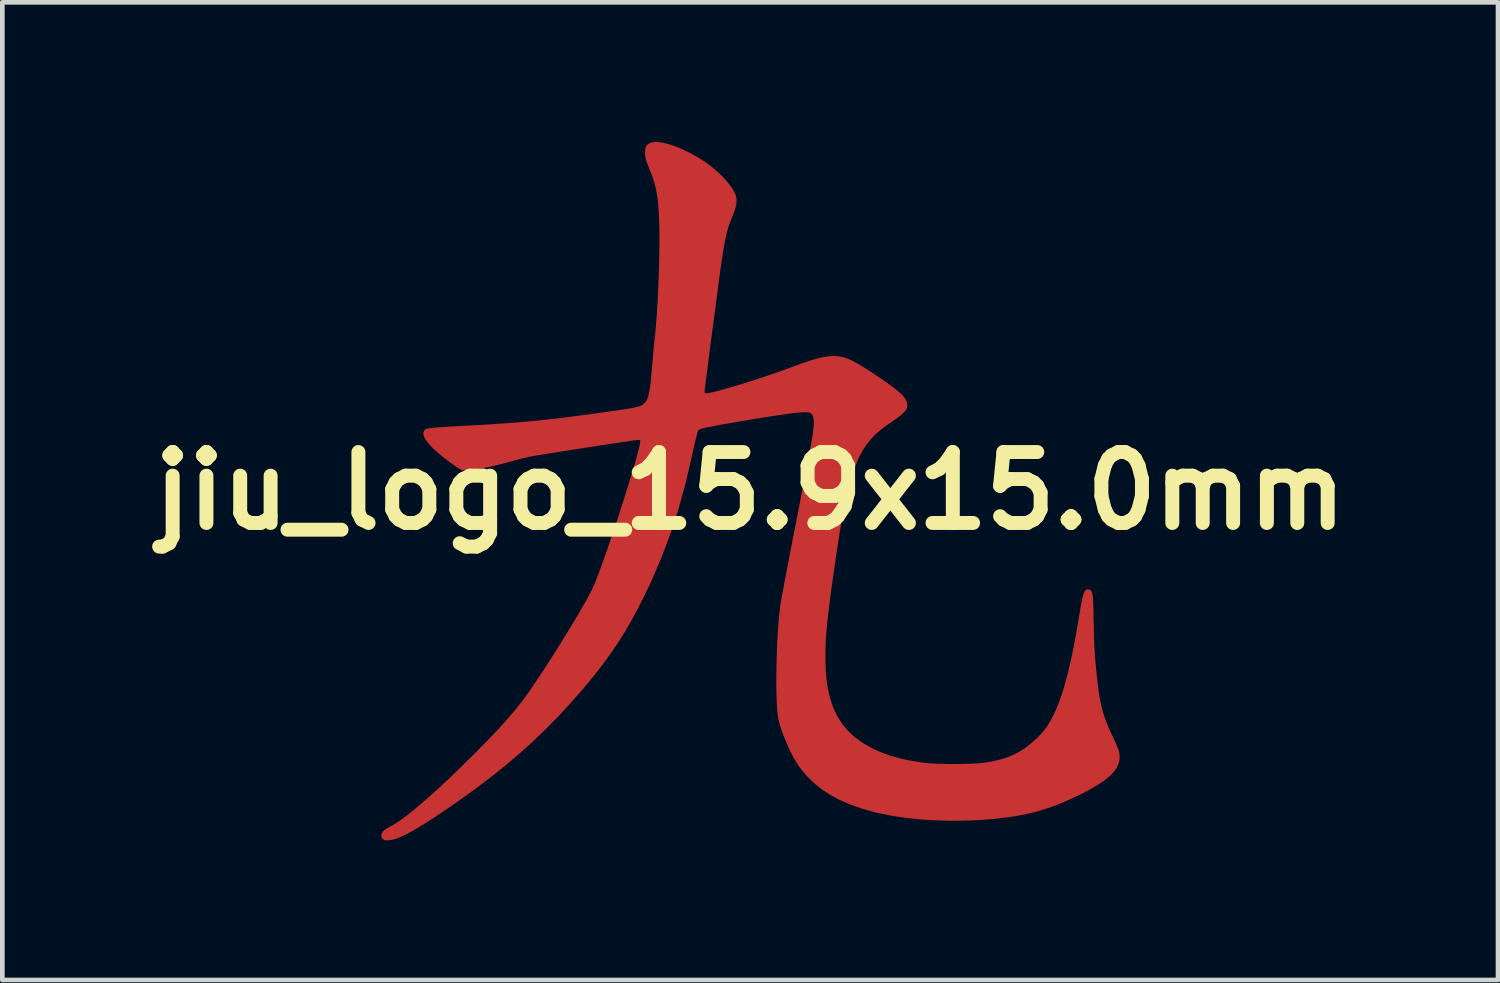
<source format=kicad_pcb>
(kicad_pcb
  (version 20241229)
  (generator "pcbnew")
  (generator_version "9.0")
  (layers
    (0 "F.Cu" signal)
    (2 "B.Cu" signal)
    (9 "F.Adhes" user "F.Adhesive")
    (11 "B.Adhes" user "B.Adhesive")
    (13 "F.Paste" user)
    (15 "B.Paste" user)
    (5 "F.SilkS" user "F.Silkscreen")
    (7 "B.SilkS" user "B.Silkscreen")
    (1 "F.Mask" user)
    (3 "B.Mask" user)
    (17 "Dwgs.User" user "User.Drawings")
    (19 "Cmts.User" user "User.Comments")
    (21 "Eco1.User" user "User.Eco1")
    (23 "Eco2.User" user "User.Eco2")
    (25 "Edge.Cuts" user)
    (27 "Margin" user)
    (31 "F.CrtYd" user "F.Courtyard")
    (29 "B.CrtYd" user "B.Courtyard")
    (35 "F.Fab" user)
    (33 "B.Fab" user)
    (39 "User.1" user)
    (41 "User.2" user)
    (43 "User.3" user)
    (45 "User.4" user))
  (footprint "jiu_logo_15.9x15.0mm"
    (layer "F.Cu")
    (at 13.07 7.498)
    (property "Reference" "jiu_logo_15.9x15.0mm" (at 0 0 0) (layer "F.SilkS") (effects (font (size 1.524 1.524) (thickness 0.3))))
    (attr through_hole)
    (pad "1" smd custom (at 0 -1.9) (size 0.5 0.5) (layers "F.Cu" "F.Mask") (options (anchor circle)) (primitives (gr_poly (pts (xy -1.918 -5.589) (xy -1.807 -5.566) (xy -1.685 -5.53) (xy -1.554 -5.481) (xy -1.415 -5.421) (xy -1.271 -5.349) (xy -1.124 -5.267) (xy -1.059 -5.228) (xy -0.934 -5.144) (xy -0.813 -5.052) (xy -0.698 -4.953) (xy -0.592 -4.851) (xy -0.498 -4.748) (xy -0.418 -4.647) (xy -0.356 -4.552) (xy -0.316 -4.468) (xy -0.298 -4.404) (xy -0.292 -4.335) (xy -0.298 -4.26) (xy -0.318 -4.174) (xy -0.351 -4.074) (xy -0.395 -3.966) (xy -0.421 -3.902) (xy -0.445 -3.836) (xy -0.468 -3.767) (xy -0.49 -3.693) (xy -0.511 -3.611) (xy -0.531 -3.519) (xy -0.551 -3.417) (xy -0.572 -3.302) (xy -0.593 -3.171) (xy -0.615 -3.024) (xy -0.639 -2.858) (xy -0.664 -2.672) (xy -0.692 -2.462) (xy -0.705 -2.359) (xy -0.721 -2.236) (xy -0.738 -2.105) (xy -0.755 -1.972) (xy -0.773 -1.843) (xy -0.788 -1.725) (xy -0.802 -1.623) (xy -0.807 -1.59) (xy -0.821 -1.482) (xy -0.837 -1.363) (xy -0.853 -1.243) (xy -0.868 -1.128) (xy -0.88 -1.028) (xy -0.883 -1.005) (xy -0.895 -0.905) (xy -0.909 -0.796) (xy -0.924 -0.685) (xy -0.937 -0.583) (xy -0.947 -0.513) (xy -0.957 -0.437) (xy -0.966 -0.366) (xy -0.973 -0.306) (xy -0.977 -0.263) (xy -0.978 -0.243) (xy -0.976 -0.213) (xy -0.966 -0.2) (xy -0.94 -0.198) (xy -0.94 -0.198) (xy -0.898 -0.202) (xy -0.834 -0.214) (xy -0.751 -0.233) (xy -0.651 -0.259) (xy -0.536 -0.291) (xy -0.408 -0.327) (xy -0.271 -0.369) (xy -0.125 -0.414) (xy 0.027 -0.461) (xy 0.182 -0.512) (xy 0.338 -0.564) (xy 0.493 -0.616) (xy 0.645 -0.669) (xy 0.791 -0.722) (xy 0.929 -0.773) (xy 0.948 -0.78) (xy 1.129 -0.847) (xy 1.291 -0.901) (xy 1.436 -0.943) (xy 1.565 -0.973) (xy 1.682 -0.991) (xy 1.788 -0.998) (xy 1.885 -0.994) (xy 1.977 -0.979) (xy 2.065 -0.954) (xy 2.138 -0.924) (xy 2.209 -0.889) (xy 2.294 -0.842) (xy 2.39 -0.786) (xy 2.495 -0.721) (xy 2.605 -0.651) (xy 2.716 -0.577) (xy 2.826 -0.502) (xy 2.932 -0.428) (xy 3.03 -0.357) (xy 3.118 -0.29) (xy 3.192 -0.231) (xy 3.249 -0.181) (xy 3.276 -0.154) (xy 3.335 -0.078) (xy 3.369 -0.003) (xy 3.378 0.068) (xy 3.363 0.137) (xy 3.335 0.179) (xy 3.287 0.231) (xy 3.219 0.29) (xy 3.133 0.355) (xy 3.069 0.4) (xy 2.96 0.474) (xy 2.869 0.54) (xy 2.791 0.6) (xy 2.723 0.66) (xy 2.659 0.721) (xy 2.633 0.748) (xy 2.56 0.83) (xy 2.491 0.919) (xy 2.427 1.017) (xy 2.367 1.124) (xy 2.31 1.243) (xy 2.256 1.373) (xy 2.205 1.518) (xy 2.156 1.677) (xy 2.109 1.853) (xy 2.064 2.047) (xy 2.019 2.259) (xy 1.975 2.493) (xy 1.931 2.748) (xy 1.887 3.026) (xy 1.857 3.228) (xy 1.818 3.495) (xy 1.783 3.739) (xy 1.752 3.961) (xy 1.725 4.164) (xy 1.701 4.348) (xy 1.68 4.516) (xy 1.663 4.67) (xy 1.649 4.811) (xy 1.637 4.941) (xy 1.629 5.062) (xy 1.622 5.176) (xy 1.618 5.284) (xy 1.616 5.389) (xy 1.616 5.491) (xy 1.617 5.593) (xy 1.618 5.599) (xy 1.626 5.798) (xy 1.643 5.978) (xy 1.668 6.142) (xy 1.702 6.298) (xy 1.747 6.449) (xy 1.79 6.567) (xy 1.873 6.743) (xy 1.976 6.906) (xy 2.101 7.056) (xy 2.248 7.192) (xy 2.416 7.314) (xy 2.605 7.423) (xy 2.656 7.448) (xy 2.826 7.523) (xy 3.005 7.588) (xy 3.195 7.642) (xy 3.4 7.689) (xy 3.624 7.727) (xy 3.742 7.744) (xy 3.823 7.752) (xy 3.925 7.759) (xy 4.042 7.764) (xy 4.171 7.767) (xy 4.307 7.769) (xy 4.444 7.769) (xy 4.58 7.767) (xy 4.709 7.764) (xy 4.826 7.759) (xy 4.928 7.753) (xy 5.01 7.745) (xy 5.019 7.744) (xy 5.226 7.709) (xy 5.413 7.662) (xy 5.584 7.603) (xy 5.743 7.528) (xy 5.892 7.437) (xy 6.036 7.327) (xy 6.179 7.198) (xy 6.188 7.188) (xy 6.245 7.129) (xy 6.302 7.064) (xy 6.352 7.001) (xy 6.381 6.96) (xy 6.455 6.838) (xy 6.525 6.703) (xy 6.592 6.553) (xy 6.656 6.388) (xy 6.718 6.206) (xy 6.777 6.005) (xy 6.834 5.786) (xy 6.89 5.545) (xy 6.945 5.284) (xy 6.999 4.999) (xy 7.052 4.69) (xy 7.058 4.652) (xy 7.08 4.52) (xy 7.099 4.411) (xy 7.115 4.322) (xy 7.129 4.25) (xy 7.141 4.193) (xy 7.152 4.148) (xy 7.163 4.114) (xy 7.174 4.086) (xy 7.18 4.072) (xy 7.21 4.031) (xy 7.246 4.014) (xy 7.289 4.021) (xy 7.294 4.023) (xy 7.315 4.035) (xy 7.331 4.055) (xy 7.345 4.087) (xy 7.359 4.138) (xy 7.362 4.15) (xy 7.364 4.169) (xy 7.367 4.211) (xy 7.369 4.273) (xy 7.372 4.351) (xy 7.375 4.445) (xy 7.378 4.549) (xy 7.38 4.663) (xy 7.382 4.741) (xy 7.386 4.899) (xy 7.39 5.036) (xy 7.394 5.158) (xy 7.399 5.269) (xy 7.405 5.374) (xy 7.412 5.478) (xy 7.421 5.587) (xy 7.432 5.703) (xy 7.432 5.707) (xy 7.452 5.903) (xy 7.471 6.076) (xy 7.492 6.231) (xy 7.515 6.37) (xy 7.541 6.497) (xy 7.57 6.615) (xy 7.604 6.728) (xy 7.643 6.84) (xy 7.688 6.952) (xy 7.739 7.069) (xy 7.784 7.163) (xy 7.821 7.242) (xy 7.855 7.319) (xy 7.885 7.388) (xy 7.908 7.446) (xy 7.922 7.487) (xy 7.924 7.493) (xy 7.939 7.588) (xy 7.937 7.68) (xy 7.915 7.768) (xy 7.874 7.855) (xy 7.812 7.941) (xy 7.729 8.027) (xy 7.624 8.113) (xy 7.496 8.201) (xy 7.345 8.292) (xy 7.17 8.386) (xy 7.131 8.405) (xy 6.892 8.52) (xy 6.666 8.619) (xy 6.446 8.701) (xy 6.229 8.771) (xy 6.009 8.828) (xy 5.782 8.875) (xy 5.565 8.91) (xy 5.256 8.948) (xy 4.938 8.973) (xy 4.614 8.987) (xy 4.29 8.989) (xy 3.967 8.979) (xy 3.651 8.959) (xy 3.345 8.927) (xy 3.053 8.884) (xy 2.779 8.83) (xy 2.662 8.802) (xy 2.395 8.726) (xy 2.15 8.64) (xy 1.926 8.543) (xy 1.722 8.434) (xy 1.537 8.313) (xy 1.369 8.178) (xy 1.218 8.028) (xy 1.081 7.864) (xy 1.051 7.823) (xy 0.983 7.719) (xy 0.914 7.596) (xy 0.845 7.459) (xy 0.78 7.314) (xy 0.72 7.167) (xy 0.668 7.024) (xy 0.628 6.889) (xy 0.604 6.79) (xy 0.591 6.709) (xy 0.581 6.605) (xy 0.573 6.482) (xy 0.567 6.342) (xy 0.563 6.187) (xy 0.562 6.021) (xy 0.563 5.846) (xy 0.565 5.665) (xy 0.57 5.481) (xy 0.576 5.296) (xy 0.584 5.114) (xy 0.594 4.936) (xy 0.606 4.766) (xy 0.62 4.607) (xy 0.635 4.461) (xy 0.651 4.331) (xy 0.654 4.31) (xy 0.659 4.282) (xy 0.669 4.23) (xy 0.682 4.156) (xy 0.7 4.063) (xy 0.721 3.952) (xy 0.745 3.824) (xy 0.772 3.682) (xy 0.802 3.527) (xy 0.834 3.36) (xy 0.868 3.184) (xy 0.903 3) (xy 0.94 2.811) (xy 0.959 2.715) (xy 1.008 2.461) (xy 1.053 2.229) (xy 1.093 2.021) (xy 1.13 1.833) (xy 1.162 1.665) (xy 1.191 1.515) (xy 1.217 1.382) (xy 1.239 1.266) (xy 1.259 1.163) (xy 1.275 1.074) (xy 1.29 0.997) (xy 1.302 0.931) (xy 1.312 0.873) (xy 1.321 0.824) (xy 1.328 0.781) (xy 1.334 0.744) (xy 1.34 0.711) (xy 1.344 0.68) (xy 1.348 0.651) (xy 1.352 0.622) (xy 1.353 0.61) (xy 1.365 0.496) (xy 1.367 0.404) (xy 1.36 0.332) (xy 1.343 0.279) (xy 1.315 0.242) (xy 1.283 0.222) (xy 1.256 0.215) (xy 1.215 0.211) (xy 1.162 0.21) (xy 1.093 0.214) (xy 1.008 0.221) (xy 0.906 0.232) (xy 0.786 0.248) (xy 0.646 0.268) (xy 0.486 0.292) (xy 0.304 0.32) (xy 0.098 0.354) (xy -0.025 0.374) (xy -0.225 0.408) (xy -0.401 0.438) (xy -0.554 0.465) (xy -0.686 0.489) (xy -0.797 0.51) (xy -0.89 0.529) (xy -0.965 0.545) (xy -1.023 0.56) (xy -1.066 0.573) (xy -1.095 0.585) (xy -1.111 0.595) (xy -1.114 0.598) (xy -1.123 0.619) (xy -1.137 0.663) (xy -1.154 0.726) (xy -1.174 0.806) (xy -1.197 0.901) (xy -1.221 1.008) (xy -1.247 1.125) (xy -1.265 1.207) (xy -1.394 1.762) (xy -1.545 2.304) (xy -1.717 2.832) (xy -1.911 3.346) (xy -2.127 3.847) (xy -2.281 4.169) (xy -2.411 4.426) (xy -2.542 4.668) (xy -2.675 4.899) (xy -2.813 5.121) (xy -2.957 5.337) (xy -3.111 5.553) (xy -3.276 5.77) (xy -3.454 5.991) (xy -3.649 6.221) (xy -3.861 6.462) (xy -3.868 6.47) (xy -4.128 6.751) (xy -4.394 7.022) (xy -4.669 7.285) (xy -4.955 7.543) (xy -5.254 7.797) (xy -5.57 8.049) (xy -5.903 8.302) (xy -6.257 8.556) (xy -6.607 8.797) (xy -6.793 8.921) (xy -6.96 9.029) (xy -7.11 9.121) (xy -7.245 9.2) (xy -7.365 9.266) (xy -7.473 9.318) (xy -7.568 9.359) (xy -7.611 9.375) (xy -7.676 9.393) (xy -7.742 9.405) (xy -7.801 9.41) (xy -7.848 9.407) (xy -7.872 9.399) (xy -7.912 9.363) (xy -7.928 9.32) (xy -7.919 9.269) (xy -7.91 9.249) (xy -7.889 9.218) (xy -7.855 9.187) (xy -7.805 9.152) (xy -7.736 9.112) (xy -7.699 9.093) (xy -7.611 9.041) (xy -7.507 8.972) (xy -7.389 8.884) (xy -7.257 8.78) (xy -7.111 8.659) (xy -6.954 8.523) (xy -6.785 8.373) (xy -6.606 8.208) (xy -6.418 8.031) (xy -6.221 7.841) (xy -6.016 7.639) (xy -5.94 7.564) (xy -5.761 7.383) (xy -5.6 7.218) (xy -5.454 7.065) (xy -5.323 6.923) (xy -5.204 6.789) (xy -5.096 6.663) (xy -4.996 6.541) (xy -4.904 6.423) (xy -4.835 6.33) (xy -4.756 6.221) (xy -4.67 6.096) (xy -4.577 5.958) (xy -4.478 5.809) (xy -4.376 5.652) (xy -4.271 5.489) (xy -4.165 5.323) (xy -4.06 5.154) (xy -3.957 4.987) (xy -3.857 4.823) (xy -3.761 4.665) (xy -3.672 4.514) (xy -3.591 4.373) (xy -3.518 4.245) (xy -3.456 4.132) (xy -3.406 4.035) (xy -3.379 3.979) (xy -3.348 3.909) (xy -3.312 3.819) (xy -3.27 3.712) (xy -3.225 3.59) (xy -3.175 3.454) (xy -3.123 3.307) (xy -3.068 3.15) (xy -3.012 2.985) (xy -2.954 2.814) (xy -2.896 2.639) (xy -2.837 2.462) (xy -2.78 2.285) (xy -2.723 2.109) (xy -2.669 1.937) (xy -2.617 1.771) (xy -2.568 1.612) (xy -2.523 1.463) (xy -2.482 1.324) (xy -2.447 1.199) (xy -2.416 1.089) (xy -2.392 0.995) (xy -2.375 0.921) (xy -2.365 0.867) (xy -2.363 0.842) (xy -2.363 0.803) (xy -2.456 0.811) (xy -2.485 0.814) (xy -2.537 0.821) (xy -2.61 0.832) (xy -2.7 0.845) (xy -2.806 0.861) (xy -2.925 0.879) (xy -3.056 0.898) (xy -3.194 0.92) (xy -3.339 0.942) (xy -3.488 0.965) (xy -3.638 0.988) (xy -3.787 1.011) (xy -3.933 1.034) (xy -4.073 1.056) (xy -4.205 1.077) (xy -4.326 1.097) (xy -4.435 1.114) (xy -4.529 1.129) (xy -4.605 1.142) (xy -4.661 1.152) (xy -4.683 1.156) (xy -4.762 1.172) (xy -4.853 1.193) (xy -4.947 1.216) (xy -5.031 1.238) (xy -5.033 1.239) (xy -5.229 1.292) (xy -5.403 1.337) (xy -5.558 1.374) (xy -5.696 1.403) (xy -5.818 1.425) (xy -5.928 1.44) (xy -6.028 1.449) (xy -6.055 1.451) (xy -6.194 1.458) (xy -6.274 1.409) (xy -6.358 1.354) (xy -6.453 1.286) (xy -6.552 1.211) (xy -6.649 1.133) (xy -6.736 1.059) (xy -6.789 1.01) (xy -6.873 0.926) (xy -6.939 0.848) (xy -6.987 0.778) (xy -7.016 0.718) (xy -7.021 0.697) (xy -7.022 0.647) (xy -7.008 0.605) (xy -6.981 0.577) (xy -6.965 0.57) (xy -6.932 0.563) (xy -6.912 0.558) (xy -6.875 0.552) (xy -6.813 0.545) (xy -6.727 0.537) (xy -6.618 0.529) (xy -6.487 0.521) (xy -6.334 0.512) (xy -6.16 0.502) (xy -6.144 0.502) (xy -5.859 0.486) (xy -5.594 0.471) (xy -5.345 0.455) (xy -5.107 0.437) (xy -4.876 0.418) (xy -4.648 0.397) (xy -4.42 0.374) (xy -4.187 0.348) (xy -3.945 0.319) (xy -3.69 0.286) (xy -3.419 0.249) (xy -3.126 0.209) (xy -3.126 0.209) (xy -2.966 0.186) (xy -2.83 0.166) (xy -2.715 0.149) (xy -2.618 0.133) (xy -2.539 0.119) (xy -2.474 0.106) (xy -2.422 0.094) (xy -2.381 0.081) (xy -2.348 0.069) (xy -2.321 0.055) (xy -2.299 0.04) (xy -2.28 0.022) (xy -2.269 0.012) (xy -2.245 -0.015) (xy -2.224 -0.047) (xy -2.206 -0.085) (xy -2.19 -0.133) (xy -2.175 -0.192) (xy -2.162 -0.265) (xy -2.149 -0.353) (xy -2.136 -0.459) (xy -2.124 -0.585) (xy -2.111 -0.732) (xy -2.103 -0.827) (xy -2.093 -0.938) (xy -2.083 -1.052) (xy -2.073 -1.165) (xy -2.063 -1.27) (xy -2.054 -1.361) (xy -2.046 -1.433) (xy -2.045 -1.437) (xy -2.031 -1.58) (xy -2.017 -1.745) (xy -2.004 -1.927) (xy -1.992 -2.123) (xy -1.981 -2.33) (xy -1.972 -2.543) (xy -1.964 -2.758) (xy -1.958 -2.972) (xy -1.953 -3.181) (xy -1.95 -3.381) (xy -1.95 -3.568) (xy -1.951 -3.738) (xy -1.955 -3.888) (xy -1.956 -3.92) (xy -1.965 -4.1) (xy -1.977 -4.258) (xy -1.993 -4.398) (xy -2.013 -4.525) (xy -2.037 -4.642) (xy -2.068 -4.753) (xy -2.105 -4.863) (xy -2.137 -4.946) (xy -2.174 -5.036) (xy -2.202 -5.108) (xy -2.222 -5.164) (xy -2.237 -5.209) (xy -2.247 -5.248) (xy -2.253 -5.284) (xy -2.256 -5.321) (xy -2.258 -5.346) (xy -2.258 -5.422) (xy -2.248 -5.479) (xy -2.225 -5.522) (xy -2.187 -5.555) (xy -2.16 -5.572) (xy -2.096 -5.592) (xy -2.015 -5.598)) (width 0) (fill yes)))))
  (gr_rect
    (start -3 -3)
    (end 29.14 18.008)
    (stroke (width 0.1) (type default))
    (fill no)
    (layer "Edge.Cuts")))
</source>
